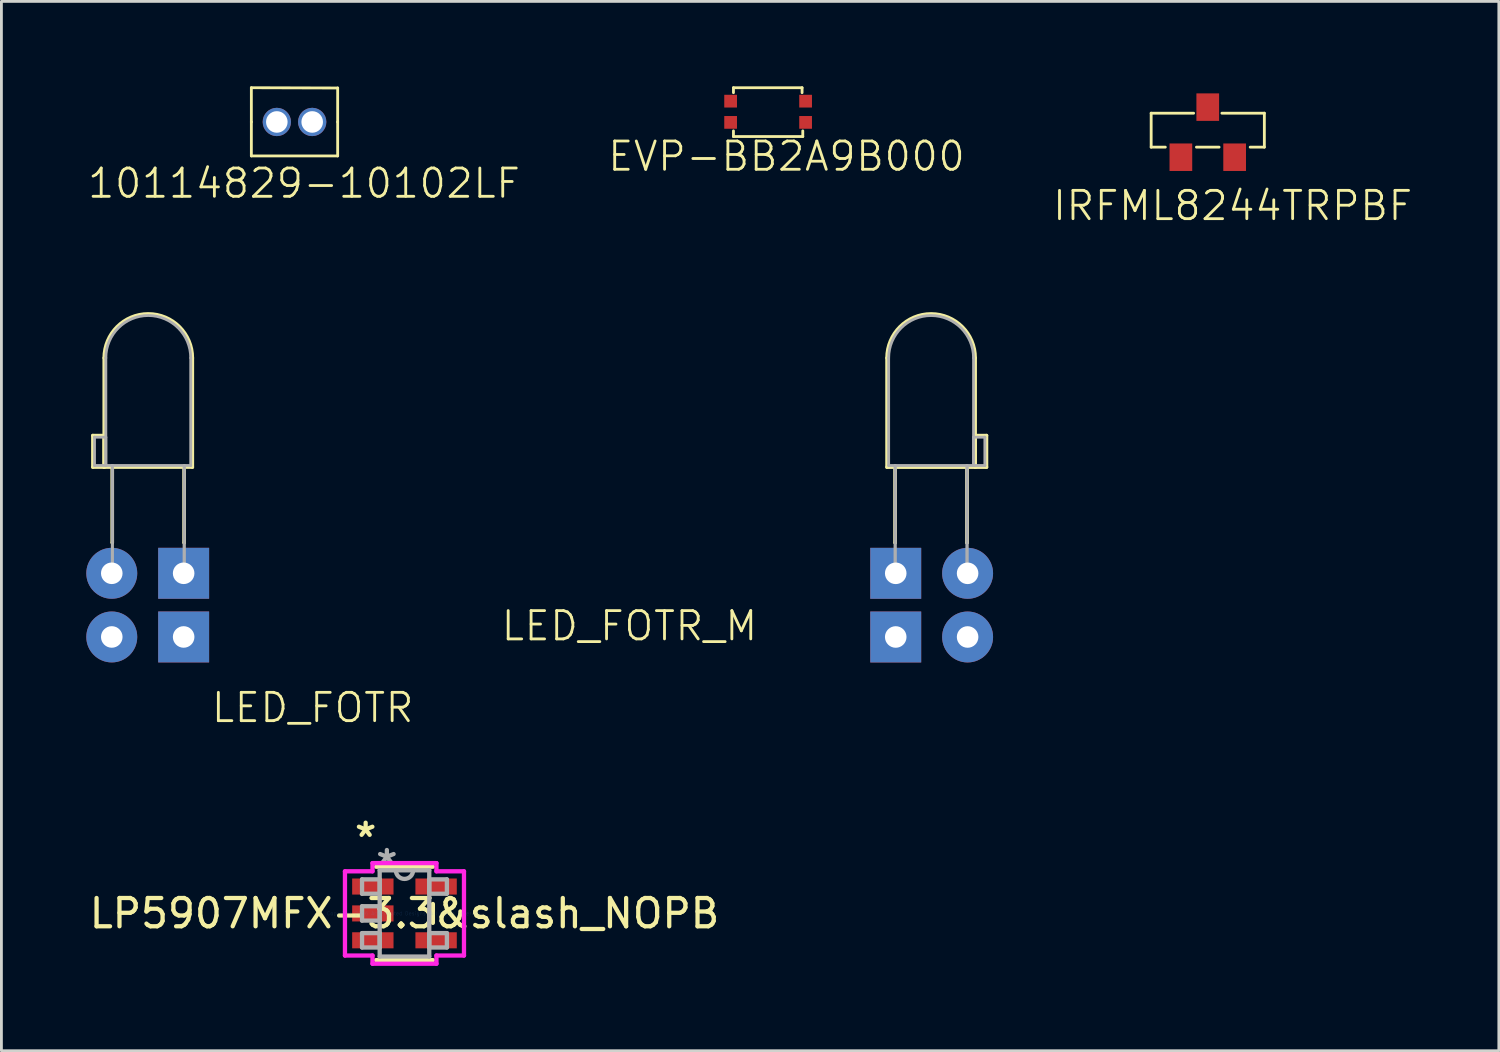
<source format=kicad_pcb>
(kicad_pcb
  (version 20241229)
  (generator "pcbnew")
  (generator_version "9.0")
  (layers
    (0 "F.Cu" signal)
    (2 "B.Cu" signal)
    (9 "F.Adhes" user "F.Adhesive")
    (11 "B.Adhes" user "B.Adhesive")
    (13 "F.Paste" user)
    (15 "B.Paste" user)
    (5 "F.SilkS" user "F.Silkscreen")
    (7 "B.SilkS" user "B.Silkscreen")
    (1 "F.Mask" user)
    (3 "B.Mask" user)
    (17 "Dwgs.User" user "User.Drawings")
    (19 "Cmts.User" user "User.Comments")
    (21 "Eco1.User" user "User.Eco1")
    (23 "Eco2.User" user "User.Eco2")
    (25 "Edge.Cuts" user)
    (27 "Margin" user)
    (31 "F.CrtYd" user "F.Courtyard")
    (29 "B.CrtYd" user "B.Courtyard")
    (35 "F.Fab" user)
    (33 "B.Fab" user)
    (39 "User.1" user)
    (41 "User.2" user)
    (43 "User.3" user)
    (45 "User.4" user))
  (footprint "EVP-BB2A9B000"
    (layer "F.Cu")
    (at 22.77 0.525)
    (property "Reference" "EVP-BB2A9B000" (at 1.975 1.95 0) (layer "F.SilkS") (effects (font (size 1 1) (thickness 0.1))))
    (attr through_hole)
    (fp_line (start 0.1 -0.475) (end 2.525 -0.475) (stroke (width 0.1) (type solid)) (layer "F.SilkS"))
    (fp_line (start 0.1 -0.3) (end 0.1 -0.475) (stroke (width 0.1) (type solid)) (layer "F.SilkS"))
    (fp_line (start 0.1 1.05) (end 0.1 1.25) (stroke (width 0.1) (type solid)) (layer "F.SilkS"))
    (fp_line (start 0.1 1.25) (end 2.55 1.25) (stroke (width 0.1) (type solid)) (layer "F.SilkS"))
    (fp_line (start 2.525 -0.475) (end 2.525 -0.3) (stroke (width 0.1) (type solid)) (layer "F.SilkS"))
    (fp_line (start 2.55 1.25) (end 2.55 1.05) (stroke (width 0.1) (type solid)) (layer "F.SilkS"))
    (pad "1" smd custom (at 0 0) (size 0.45 0.45) (layers "F.Cu" "F.Mask" "F.Paste") (options (anchor rect)) (primitives))
    (pad "2" smd custom (at 2.65 0) (size 0.45 0.45) (layers "F.Cu" "F.Mask" "F.Paste") (options (anchor rect)) (primitives))
    (pad "3" smd custom (at 0 0.75) (size 0.45 0.45) (layers "F.Cu" "F.Mask" "F.Paste") (options (anchor rect)) (primitives))
    (pad "4" smd custom (at 2.65 0.75) (size 0.45 0.45) (layers "F.Cu" "F.Mask" "F.Paste") (options (anchor rect)) (primitives)))
  (footprint "10114829-10102LF"
    (layer "F.Cu")
    (at 6.733 1.26)
    (property "Reference" "10114829-10102LF" (at 0.96 2.17 0) (layer "F.SilkS") (effects (font (size 1 1) (thickness 0.1))))
    (attr through_hole)
    (fp_line (start -0.9 -1.21) (end -0.9 0) (stroke (width 0.1) (type solid)) (layer "F.SilkS"))
    (fp_line (start -0.9 0) (end -0.9 1.2) (stroke (width 0.1) (type solid)) (layer "F.SilkS"))
    (fp_line (start -0.9 1.2) (end 2.15 1.2) (stroke (width 0.1) (type solid)) (layer "F.SilkS"))
    (fp_line (start 2.15 -1.2) (end -0.9 -1.21) (stroke (width 0.1) (type solid)) (layer "F.SilkS"))
    (fp_line (start 2.15 0) (end 2.15 -1.2) (stroke (width 0.1) (type solid)) (layer "F.SilkS"))
    (fp_line (start 2.15 1.2) (end 2.15 0) (stroke (width 0.1) (type solid)) (layer "F.SilkS"))
    (pad "1" thru_hole circle (at 0 0) (size 1 1) (drill 0.762) (layers "*.Cu" "*.Mask"))
    (pad "2" thru_hole circle (at 1.25 0) (size 1 1) (drill 0.762) (layers "*.Cu" "*.Mask")))
  (footprint "LED_FOTR_M"
    (layer "F.Cu")
    (at 28.595 19.471)
    (property "Reference" "LED_FOTR_M" (at -9.4 -0.4 0) (layer "F.SilkS") (effects (font (size 1 1) (thickness 0.1))))
    (attr through_hole)
    (fp_line (start -0.3 -6.01) (end -0.3 -9.87) (stroke (width 0.12) (type solid)) (layer "F.SilkS"))
    (fp_line (start -0.3 -6.01) (end 2.82 -6.01) (stroke (width 0.12) (type solid)) (layer "F.SilkS"))
    (fp_line (start -0.01 -6.01) (end -0.01 -6.01) (stroke (width 0.12) (type solid)) (layer "F.SilkS"))
    (fp_line (start -0.01 -6.01) (end -0.01 -3.34) (stroke (width 0.12) (type solid)) (layer "F.SilkS"))
    (fp_line (start -0.01 -3.34) (end -0.01 -6.01) (stroke (width 0.12) (type solid)) (layer "F.SilkS"))
    (fp_line (start -0.01 -3.34) (end -0.01 -3.34) (stroke (width 0.12) (type solid)) (layer "F.SilkS"))
    (fp_line (start 2.53 -6.01) (end 2.53 -6.01) (stroke (width 0.12) (type solid)) (layer "F.SilkS"))
    (fp_line (start 2.53 -6.01) (end 2.53 -3.34) (stroke (width 0.12) (type solid)) (layer "F.SilkS"))
    (fp_line (start 2.53 -3.34) (end 2.53 -6.01) (stroke (width 0.12) (type solid)) (layer "F.SilkS"))
    (fp_line (start 2.53 -3.34) (end 2.53 -3.34) (stroke (width 0.12) (type solid)) (layer "F.SilkS"))
    (fp_line (start 2.82 -7.13) (end 2.82 -6.01) (stroke (width 0.12) (type solid)) (layer "F.SilkS"))
    (fp_line (start 2.82 -6.01) (end 2.82 -9.87) (stroke (width 0.12) (type solid)) (layer "F.SilkS"))
    (fp_line (start 2.82 -6.01) (end 3.22 -6.01) (stroke (width 0.12) (type solid)) (layer "F.SilkS"))
    (fp_line (start 3.22 -7.13) (end 2.82 -7.13) (stroke (width 0.12) (type solid)) (layer "F.SilkS"))
    (fp_line (start 3.22 -6.01) (end 3.22 -7.13) (stroke (width 0.12) (type solid)) (layer "F.SilkS"))
    (fp_arc (start -0.3 -9.87) (mid 1.26 -11.43) (end 2.82 -9.87) (stroke (width 0.12) (type solid)) (layer "F.SilkS"))
    (fp_line (start -0.24 -6.07) (end -0.24 -9.87) (stroke (width 0.1) (type solid)) (layer "F.Fab"))
    (fp_line (start -0.24 -6.07) (end 2.76 -6.07) (stroke (width 0.1) (type solid)) (layer "F.Fab"))
    (fp_line (start -0.01 -6.07) (end -0.01 -6.07) (stroke (width 0.1) (type solid)) (layer "F.Fab"))
    (fp_line (start -0.01 -6.07) (end -0.01 -2.26) (stroke (width 0.1) (type solid)) (layer "F.Fab"))
    (fp_line (start -0.01 -2.26) (end -0.01 -6.07) (stroke (width 0.1) (type solid)) (layer "F.Fab"))
    (fp_line (start -0.01 -2.26) (end -0.01 -2.26) (stroke (width 0.1) (type solid)) (layer "F.Fab"))
    (fp_line (start 2.53 -6.07) (end 2.53 -6.07) (stroke (width 0.1) (type solid)) (layer "F.Fab"))
    (fp_line (start 2.53 -6.07) (end 2.53 -2.26) (stroke (width 0.1) (type solid)) (layer "F.Fab"))
    (fp_line (start 2.53 -2.26) (end 2.53 -6.07) (stroke (width 0.1) (type solid)) (layer "F.Fab"))
    (fp_line (start 2.53 -2.26) (end 2.53 -2.26) (stroke (width 0.1) (type solid)) (layer "F.Fab"))
    (fp_line (start 2.76 -7.07) (end 2.76 -6.07) (stroke (width 0.1) (type solid)) (layer "F.Fab"))
    (fp_line (start 2.76 -6.07) (end 2.76 -9.87) (stroke (width 0.1) (type solid)) (layer "F.Fab"))
    (fp_line (start 2.76 -6.07) (end 3.16 -6.07) (stroke (width 0.1) (type solid)) (layer "F.Fab"))
    (fp_line (start 3.16 -7.07) (end 2.76 -7.07) (stroke (width 0.1) (type solid)) (layer "F.Fab"))
    (fp_line (start 3.16 -6.07) (end 3.16 -7.07) (stroke (width 0.1) (type solid)) (layer "F.Fab"))
    (fp_arc (start -0.24 -9.87) (mid 1.26 -11.37) (end 2.76 -9.87) (stroke (width 0.1) (type solid)) (layer "F.Fab"))
    (pad "1" thru_hole rect (at 0.01 -0.01) (size 1.8 1.8) (drill 0.762) (layers "*.Cu" "*.Mask"))
    (pad "2" thru_hole circle (at 2.55 -0.01) (size 1.8 1.8) (drill 0.762) (layers "*.Cu" "*.Mask"))
    (pad "3" thru_hole circle (at 2.55 -2.26) (size 1.8 1.8) (drill 0.762) (layers "*.Cu" "*.Mask"))
    (pad "4" thru_hole rect (at 0.01 -2.26) (size 1.8 1.8) (drill 0.762) (layers "*.Cu" "*.Mask")))
  (footprint "IRFML8244TRPBF"
    (layer "F.Cu")
    (at 39.632 0.25)
    (property "Reference" "IRFML8244TRPBF" (at 0.88 3.97 0) (layer "F.SilkS") (effects (font (size 1 1) (thickness 0.1))))
    (attr through_hole)
    (fp_line (start -2 0.7) (end -2 1.9) (stroke (width 0.1) (type solid)) (layer "F.SilkS"))
    (fp_line (start -2 1.9) (end -1.5 1.9) (stroke (width 0.1) (type solid)) (layer "F.SilkS"))
    (fp_line (start -0.5 0.7) (end -2 0.7) (stroke (width 0.1) (type solid)) (layer "F.SilkS"))
    (fp_line (start -0.4 1.9) (end 0.4 1.9) (stroke (width 0.1) (type solid)) (layer "F.SilkS"))
    (fp_line (start 0.5 0.7) (end 2 0.7) (stroke (width 0.1) (type solid)) (layer "F.SilkS"))
    (fp_line (start 2 0.7) (end 2 1.9) (stroke (width 0.1) (type solid)) (layer "F.SilkS"))
    (fp_line (start 2 1.9) (end 1.5 1.9) (stroke (width 0.1) (type solid)) (layer "F.SilkS"))
    (pad "1" smd custom (at -0.95 2.256) (size 0.802 0.972) (layers "F.Cu" "F.Mask" "F.Paste") (options (anchor rect)) (primitives))
    (pad "2" smd custom (at 0.95 2.256) (size 0.802 0.972) (layers "F.Cu" "F.Mask" "F.Paste") (options (anchor rect)) (primitives))
    (pad "3" smd custom (at 0 0.486) (size 0.802 0.972) (layers "F.Cu" "F.Mask" "F.Paste") (options (anchor rect)) (primitives)))
  (footprint "LP5907MFX-3.3&slash_NOPB"
    (layer "F.Cu")
    (at 11.244 29.23)
    (property "Reference" "LP5907MFX-3.3&slash_NOPB" (at 0 0 0) (layer "F.SilkS") (effects (font (size 1 1) (thickness 0.15))))
    (attr through_hole)
    (fp_line (start -1.003 1.651) (end 1.003 1.651) (stroke (width 0.152) (type solid)) (layer "F.SilkS"))
    (fp_line (start 1.003 -1.651) (end -1.003 -1.651) (stroke (width 0.152) (type solid)) (layer "F.SilkS"))
    (fp_line (start 1.003 0.333) (end 1.003 -0.333) (stroke (width 0.152) (type solid)) (layer "F.SilkS"))
    (fp_line (start -2.103 -1.488) (end -1.13 -1.488) (stroke (width 0.152) (type solid)) (layer "F.CrtYd"))
    (fp_line (start -2.103 1.488) (end -2.103 -1.488) (stroke (width 0.152) (type solid)) (layer "F.CrtYd"))
    (fp_line (start -1.13 -1.778) (end 1.13 -1.778) (stroke (width 0.152) (type solid)) (layer "F.CrtYd"))
    (fp_line (start -1.13 -1.488) (end -1.13 -1.778) (stroke (width 0.152) (type solid)) (layer "F.CrtYd"))
    (fp_line (start -1.13 1.488) (end -2.103 1.488) (stroke (width 0.152) (type solid)) (layer "F.CrtYd"))
    (fp_line (start -1.13 1.778) (end -1.13 1.488) (stroke (width 0.152) (type solid)) (layer "F.CrtYd"))
    (fp_line (start 1.13 -1.778) (end 1.13 -1.488) (stroke (width 0.152) (type solid)) (layer "F.CrtYd"))
    (fp_line (start 1.13 -1.488) (end 2.103 -1.488) (stroke (width 0.152) (type solid)) (layer "F.CrtYd"))
    (fp_line (start 1.13 1.488) (end 1.13 1.778) (stroke (width 0.152) (type solid)) (layer "F.CrtYd"))
    (fp_line (start 1.13 1.778) (end -1.13 1.778) (stroke (width 0.152) (type solid)) (layer "F.CrtYd"))
    (fp_line (start 2.103 -1.488) (end 2.103 1.488) (stroke (width 0.152) (type solid)) (layer "F.CrtYd"))
    (fp_line (start 2.103 1.488) (end 1.13 1.488) (stroke (width 0.152) (type solid)) (layer "F.CrtYd"))
    (fp_line (start -1.499 -1.204) (end -1.499 -0.696) (stroke (width 0.152) (type solid)) (layer "F.Fab"))
    (fp_line (start -1.499 -0.696) (end -0.876 -0.696) (stroke (width 0.152) (type solid)) (layer "F.Fab"))
    (fp_line (start -1.499 -0.254) (end -1.499 0.254) (stroke (width 0.152) (type solid)) (layer "F.Fab"))
    (fp_line (start -1.499 0.254) (end -0.876 0.254) (stroke (width 0.152) (type solid)) (layer "F.Fab"))
    (fp_line (start -1.499 0.696) (end -1.499 1.204) (stroke (width 0.152) (type solid)) (layer "F.Fab"))
    (fp_line (start -1.499 1.204) (end -0.876 1.204) (stroke (width 0.152) (type solid)) (layer "F.Fab"))
    (fp_line (start -0.876 -1.524) (end -0.876 1.524) (stroke (width 0.152) (type solid)) (layer "F.Fab"))
    (fp_line (start -0.876 -1.204) (end -1.499 -1.204) (stroke (width 0.152) (type solid)) (layer "F.Fab"))
    (fp_line (start -0.876 -0.696) (end -0.876 -1.204) (stroke (width 0.152) (type solid)) (layer "F.Fab"))
    (fp_line (start -0.876 -0.254) (end -1.499 -0.254) (stroke (width 0.152) (type solid)) (layer "F.Fab"))
    (fp_line (start -0.876 0.254) (end -0.876 -0.254) (stroke (width 0.152) (type solid)) (layer "F.Fab"))
    (fp_line (start -0.876 0.696) (end -1.499 0.696) (stroke (width 0.152) (type solid)) (layer "F.Fab"))
    (fp_line (start -0.876 1.204) (end -0.876 0.696) (stroke (width 0.152) (type solid)) (layer "F.Fab"))
    (fp_line (start -0.876 1.524) (end 0.876 1.524) (stroke (width 0.152) (type solid)) (layer "F.Fab"))
    (fp_line (start 0.876 -1.524) (end -0.876 -1.524) (stroke (width 0.152) (type solid)) (layer "F.Fab"))
    (fp_line (start 0.876 -1.204) (end 0.876 -0.696) (stroke (width 0.152) (type solid)) (layer "F.Fab"))
    (fp_line (start 0.876 -0.696) (end 1.499 -0.696) (stroke (width 0.152) (type solid)) (layer "F.Fab"))
    (fp_line (start 0.876 0.696) (end 0.876 1.204) (stroke (width 0.152) (type solid)) (layer "F.Fab"))
    (fp_line (start 0.876 1.204) (end 1.499 1.204) (stroke (width 0.152) (type solid)) (layer "F.Fab"))
    (fp_line (start 0.876 1.524) (end 0.876 -1.524) (stroke (width 0.152) (type solid)) (layer "F.Fab"))
    (fp_line (start 1.499 -1.204) (end 0.876 -1.204) (stroke (width 0.152) (type solid)) (layer "F.Fab"))
    (fp_line (start 1.499 -0.696) (end 1.499 -1.204) (stroke (width 0.152) (type solid)) (layer "F.Fab"))
    (fp_line (start 1.499 0.696) (end 0.876 0.696) (stroke (width 0.152) (type solid)) (layer "F.Fab"))
    (fp_line (start 1.499 1.204) (end 1.499 0.696) (stroke (width 0.152) (type solid)) (layer "F.Fab"))
    (fp_arc (start 0.3048 -1.524) (mid 0 -1.2192) (end -0.3048 -1.524) (stroke (width 0.1524) (type solid)) (layer "F.Fab"))
    (fp_text user "*" (at -1.372 -2.661 0) (layer "F.SilkS") (effects (font (size 1 1) (thickness 0.15))))
    (fp_text user "Copyright 2016 Accelerated Designs. All rights reserved." (at 0 0 0) (layer "Cmts.User") (effects (font (size 0.127 0.127) (thickness 0.002))))
    (fp_text user "*" (at -0.622 -1.696 0) (layer "F.Fab") (effects (font (size 1 1) (thickness 0.15))))
    (pad "1" smd rect (at -1.118 -0.95) (size 1.462 0.568) (layers "F.Cu" "F.Mask" "F.Paste"))
    (pad "2" smd rect (at -1.118 0) (size 1.462 0.568) (layers "F.Cu" "F.Mask" "F.Paste"))
    (pad "3" smd rect (at -1.118 0.95) (size 1.462 0.568) (layers "F.Cu" "F.Mask" "F.Paste"))
    (pad "4" smd rect (at 1.118 0.95) (size 1.462 0.568) (layers "F.Cu" "F.Mask" "F.Paste"))
    (pad "5" smd rect (at 1.118 -0.95) (size 1.462 0.568) (layers "F.Cu" "F.Mask" "F.Paste")))
  (footprint "LED_FOTR"
    (layer "F.Cu")
    (at 0.9 19.46)
    (property "Reference" "LED_FOTR" (at 7.1 2.5 0) (layer "F.SilkS") (effects (font (size 1 1) (thickness 0.1))))
    (attr through_hole)
    (fp_line (start -0.67 -7.12) (end -0.27 -7.12) (stroke (width 0.12) (type solid)) (layer "F.SilkS"))
    (fp_line (start -0.67 -6) (end -0.67 -7.12) (stroke (width 0.12) (type solid)) (layer "F.SilkS"))
    (fp_line (start -0.27 -7.12) (end -0.27 -6) (stroke (width 0.12) (type solid)) (layer "F.SilkS"))
    (fp_line (start -0.27 -6) (end -0.67 -6) (stroke (width 0.12) (type solid)) (layer "F.SilkS"))
    (fp_line (start -0.27 -6) (end -0.27 -9.86) (stroke (width 0.12) (type solid)) (layer "F.SilkS"))
    (fp_line (start 0.02 -6) (end 0.02 -6) (stroke (width 0.12) (type solid)) (layer "F.SilkS"))
    (fp_line (start 0.02 -6) (end 0.02 -3.33) (stroke (width 0.12) (type solid)) (layer "F.SilkS"))
    (fp_line (start 0.02 -3.33) (end 0.02 -6) (stroke (width 0.12) (type solid)) (layer "F.SilkS"))
    (fp_line (start 0.02 -3.33) (end 0.02 -3.33) (stroke (width 0.12) (type solid)) (layer "F.SilkS"))
    (fp_line (start 2.56 -6) (end 2.56 -6) (stroke (width 0.12) (type solid)) (layer "F.SilkS"))
    (fp_line (start 2.56 -6) (end 2.56 -3.33) (stroke (width 0.12) (type solid)) (layer "F.SilkS"))
    (fp_line (start 2.56 -3.33) (end 2.56 -6) (stroke (width 0.12) (type solid)) (layer "F.SilkS"))
    (fp_line (start 2.56 -3.33) (end 2.56 -3.33) (stroke (width 0.12) (type solid)) (layer "F.SilkS"))
    (fp_line (start 2.85 -6) (end -0.27 -6) (stroke (width 0.12) (type solid)) (layer "F.SilkS"))
    (fp_line (start 2.85 -6) (end 2.85 -9.86) (stroke (width 0.12) (type solid)) (layer "F.SilkS"))
    (fp_arc (start -0.27 -9.86) (mid 1.29 -11.42) (end 2.85 -9.86) (stroke (width 0.12) (type solid)) (layer "F.SilkS"))
    (fp_line (start -0.61 -7.06) (end -0.21 -7.06) (stroke (width 0.1) (type solid)) (layer "F.Fab"))
    (fp_line (start -0.61 -6.06) (end -0.61 -7.06) (stroke (width 0.1) (type solid)) (layer "F.Fab"))
    (fp_line (start -0.21 -7.06) (end -0.21 -6.06) (stroke (width 0.1) (type solid)) (layer "F.Fab"))
    (fp_line (start -0.21 -6.06) (end -0.61 -6.06) (stroke (width 0.1) (type solid)) (layer "F.Fab"))
    (fp_line (start -0.21 -6.06) (end -0.21 -9.86) (stroke (width 0.1) (type solid)) (layer "F.Fab"))
    (fp_line (start 0.02 -6.06) (end 0.02 -6.06) (stroke (width 0.1) (type solid)) (layer "F.Fab"))
    (fp_line (start 0.02 -6.06) (end 0.02 -2.25) (stroke (width 0.1) (type solid)) (layer "F.Fab"))
    (fp_line (start 0.02 -2.25) (end 0.02 -6.06) (stroke (width 0.1) (type solid)) (layer "F.Fab"))
    (fp_line (start 0.02 -2.25) (end 0.02 -2.25) (stroke (width 0.1) (type solid)) (layer "F.Fab"))
    (fp_line (start 2.56 -6.06) (end 2.56 -6.06) (stroke (width 0.1) (type solid)) (layer "F.Fab"))
    (fp_line (start 2.56 -6.06) (end 2.56 -2.25) (stroke (width 0.1) (type solid)) (layer "F.Fab"))
    (fp_line (start 2.56 -2.25) (end 2.56 -6.06) (stroke (width 0.1) (type solid)) (layer "F.Fab"))
    (fp_line (start 2.56 -2.25) (end 2.56 -2.25) (stroke (width 0.1) (type solid)) (layer "F.Fab"))
    (fp_line (start 2.79 -6.06) (end -0.21 -6.06) (stroke (width 0.1) (type solid)) (layer "F.Fab"))
    (fp_line (start 2.79 -6.06) (end 2.79 -9.86) (stroke (width 0.1) (type solid)) (layer "F.Fab"))
    (fp_arc (start -0.21 -9.86) (mid 1.29 -11.36) (end 2.79 -9.86) (stroke (width 0.1) (type solid)) (layer "F.Fab"))
    (pad "1" thru_hole rect (at 2.54 0) (size 1.8 1.8) (drill 0.762) (layers "*.Cu" "*.Mask"))
    (pad "2" thru_hole circle (at 0 0) (size 1.8 1.8) (drill 0.762) (layers "*.Cu" "*.Mask"))
    (pad "3" thru_hole circle (at 0 -2.25) (size 1.8 1.8) (drill 0.762) (layers "*.Cu" "*.Mask"))
    (pad "4" thru_hole rect (at 2.54 -2.25) (size 1.8 1.8) (drill 0.762) (layers "*.Cu" "*.Mask")))
  (gr_rect
    (start -3 -3)
    (end 49.919 34.084)
    (stroke (width 0.1) (type default))
    (fill no)
    (layer "Edge.Cuts")))
</source>
